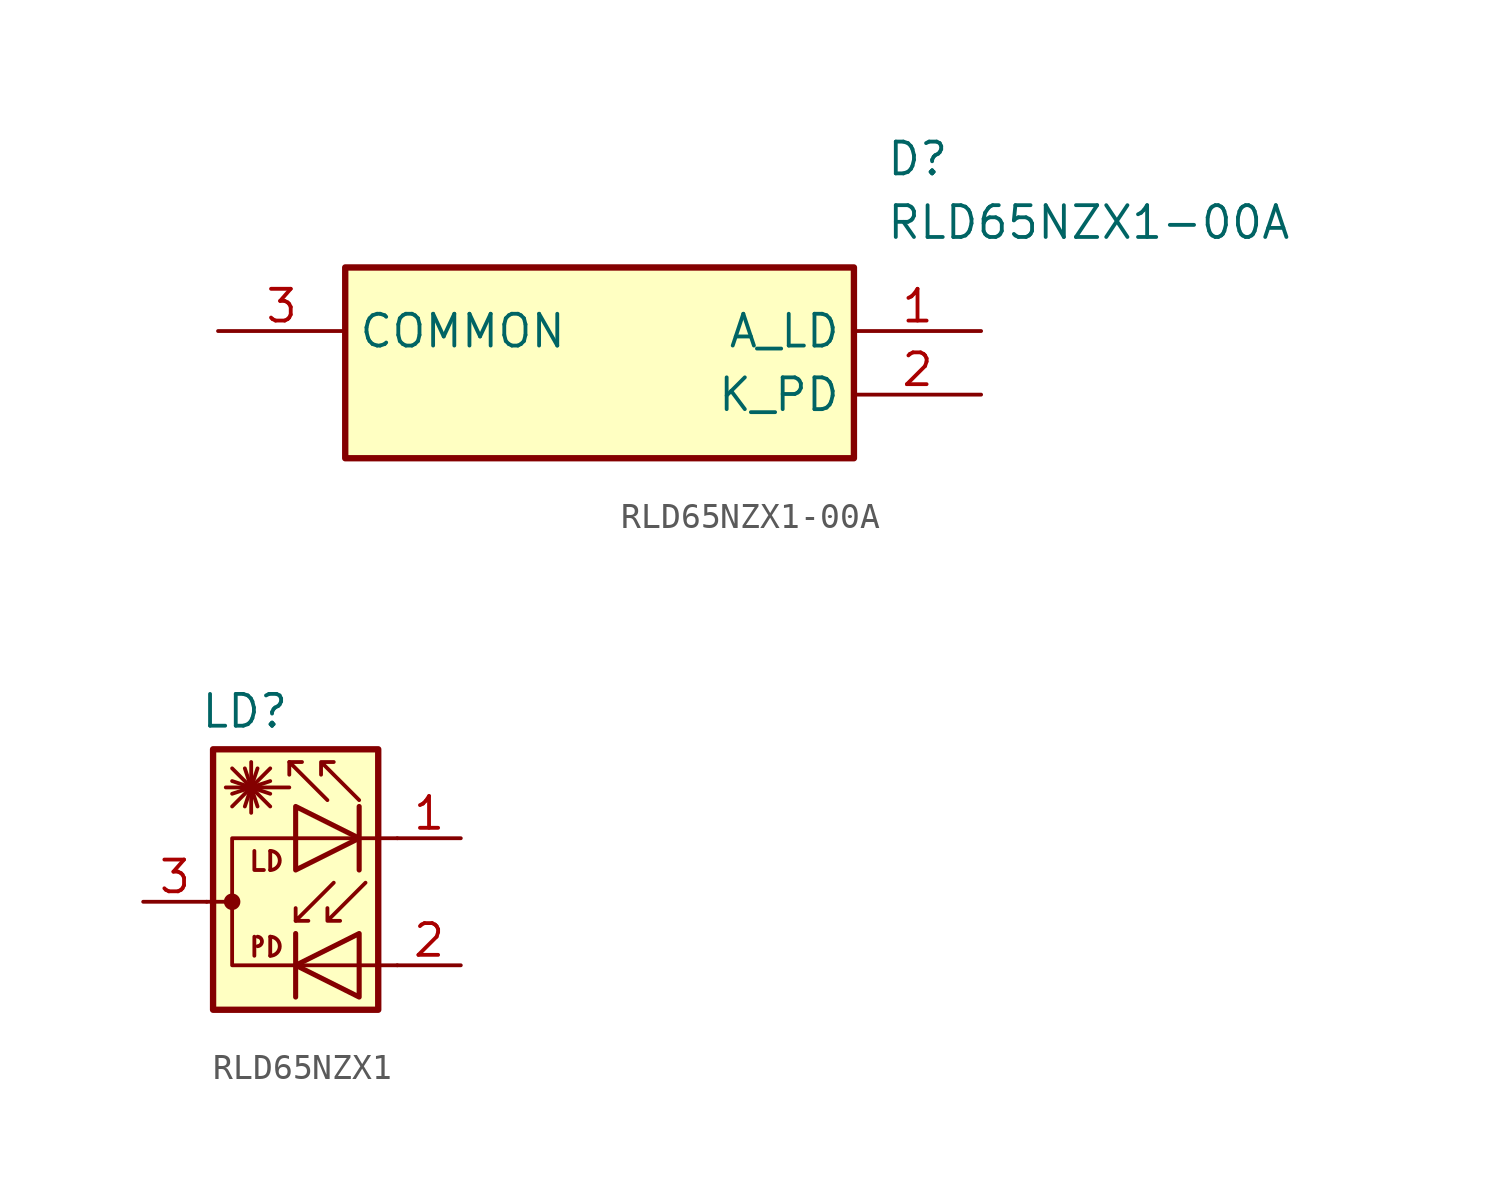
<source format=kicad_sym>
(kicad_symbol_lib
  (version 20231120)
  (generator "kicad_symbol_editor")
  (generator_version "8.0")
  (symbol "RLD65NZX1-00A"
    (property "Reference" "D"
      (at 26.67 7.62 0)
      (effects (font (size 1.27 1.27)) (justify left top)))
    (property "Value" "RLD65NZX1-00A"
      (at 26.67 5.08 0)
      (effects (font (size 1.27 1.27)) (justify left top)))
    (symbol "RLD65NZX1-00A_1_1"
      (rectangle (start 5.08 2.54) (end 25.4 -5.08) (stroke (width 0.254) (type default)) (fill (type background)))
      (pin passive line (at 30.48 0 180) (length 5.08) (name "A_LD" (effects (font (size 1.27 1.27)))) (number "1" (effects (font (size 1.27 1.27)))))
      (pin passive line (at 30.48 -2.54 180) (length 5.08) (name "K_PD" (effects (font (size 1.27 1.27)))) (number "2" (effects (font (size 1.27 1.27)))))
      (pin passive line (at 0 0 0) (length 5.08) (name "COMMON" (effects (font (size 1.27 1.27)))) (number "3" (effects (font (size 1.27 1.27)))))))
  (symbol "RLD65NZX1"
    (property "Reference" "LD"
      (at -2.286 7.62 0)
      (effects (font (size 1.27 1.27))))
    (property "Value" ""
      (at 0 0 0)
      (effects (font (size 1.27 1.27))))
    (symbol "RLD65NZX1_0_1"
      (rectangle (start -3.556 6.096) (end 3.048 -4.318) (stroke (width 0.254) (type default)) (fill (type background)))
      (circle (center -2.794 0) (radius 0.254) (stroke (width 0) (type default)) (fill (type outline)))
      (arc (start -1.778 -1.778) (mid -1.5998 -1.5875) (end -1.778 -1.397) (stroke (width 0) (type default)) (fill (type none)))
      (arc (start -1.27 -2.159) (mid -0.8906 -1.778) (end -1.27 -1.397) (stroke (width 0) (type default)) (fill (type none)))
      (arc (start -1.27 1.27) (mid -0.8906 1.651) (end -1.27 2.032) (stroke (width 0) (type default)) (fill (type none)))
      (polyline (pts (xy -3.81 0) (xy -2.794 0)) (stroke (width 0) (type default)) (fill (type none)))
      (polyline (pts (xy -2.794 3.81) (xy -1.27 5.334)) (stroke (width 0) (type default)) (fill (type none)))
      (polyline (pts (xy -2.794 4.318) (xy -1.27 4.826)) (stroke (width 0) (type default)) (fill (type none)))
      (polyline (pts (xy -2.794 4.826) (xy -1.27 4.318)) (stroke (width 0) (type default)) (fill (type none)))
      (polyline (pts (xy -2.794 5.334) (xy -1.27 3.81)) (stroke (width 0) (type default)) (fill (type none)))
      (polyline (pts (xy -2.286 5.334) (xy -1.778 3.81)) (stroke (width 0) (type default)) (fill (type none)))
      (polyline (pts (xy -2.032 4.572) (xy -2.032 3.556)) (stroke (width 0) (type default)) (fill (type none)))
      (polyline (pts (xy -2.032 4.572) (xy -2.032 5.588)) (stroke (width 0) (type default)) (fill (type none)))
      (polyline (pts (xy -1.905 -1.397) (xy -1.905 -2.159)) (stroke (width 0) (type default)) (fill (type none)))
      (polyline (pts (xy -1.778 5.334) (xy -2.286 3.81)) (stroke (width 0) (type default)) (fill (type none)))
      (polyline (pts (xy -1.27 -1.397) (xy -1.27 -2.159)) (stroke (width 0) (type default)) (fill (type none)))
      (polyline (pts (xy -1.27 2.032) (xy -1.27 1.27)) (stroke (width 0) (type default)) (fill (type none)))
      (polyline (pts (xy -0.508 4.572) (xy -3.048 4.572)) (stroke (width 0) (type default)) (fill (type none)))
      (polyline (pts (xy -0.508 5.588) (xy 0 5.588)) (stroke (width 0) (type default)) (fill (type none)))
      (polyline (pts (xy -0.254 -1.27) (xy -0.254 -3.81)) (stroke (width 0.203) (type default)) (fill (type none)))
      (polyline (pts (xy -0.254 -0.762) (xy 0.254 -0.762)) (stroke (width 0) (type default)) (fill (type none)))
      (polyline (pts (xy 2.286 3.81) (xy 2.286 1.27)) (stroke (width 0.203) (type default)) (fill (type none)))
      (polyline (pts (xy -1.905 2.032) (xy -1.905 1.27) (xy -1.524 1.27)) (stroke (width 0) (type default)) (fill (type none)))
      (polyline (pts (xy 1.016 4.064) (xy -0.508 5.588) (xy -0.508 5.08)) (stroke (width 0) (type default)) (fill (type none)))
      (polyline (pts (xy 1.27 0.762) (xy -0.254 -0.762) (xy -0.254 -0.254)) (stroke (width 0) (type default)) (fill (type none)))
      (polyline (pts (xy 2.286 -1.27) (xy 2.286 -3.81) (xy -0.254 -2.54) (xy 2.286 -1.27)) (stroke (width 0.203) (type default)) (fill (type none)))
      (polyline (pts (xy 3.81 2.54) (xy -2.794 2.54) (xy -2.794 -2.54) (xy 3.81 -2.54)) (stroke (width 0) (type default)) (fill (type none)))
      (polyline (pts (xy 2.286 4.064) (xy 0.762 5.588) (xy 0.762 5.08) (xy 0.762 5.588) (xy 1.27 5.588)) (stroke (width 0) (type default)) (fill (type none)))
      (polyline (pts (xy 2.54 0.762) (xy 1.016 -0.762) (xy 1.016 -0.254) (xy 1.016 -0.762) (xy 1.524 -0.762)) (stroke (width 0) (type default)) (fill (type none))))
    (symbol "RLD65NZX1_1_1"
      (polyline (pts (xy -0.254 3.81) (xy -0.254 1.27) (xy 2.286 2.54) (xy -0.254 3.81)) (stroke (width 0.203) (type default)) (fill (type none)))
      (pin passive line (at 6.35 2.54 180) (length 2.54) (name "~" (effects (font (size 1.27 1.27)))) (number "1" (effects (font (size 1.27 1.27)))))
      (pin passive line (at 6.35 -2.54 180) (length 2.54) (name "~" (effects (font (size 1.27 1.27)))) (number "2" (effects (font (size 1.27 1.27)))))
      (pin passive line (at -6.35 0 0) (length 2.54) (name "~" (effects (font (size 1.27 1.27)))) (number "3" (effects (font (size 1.27 1.27))))))))
</source>
